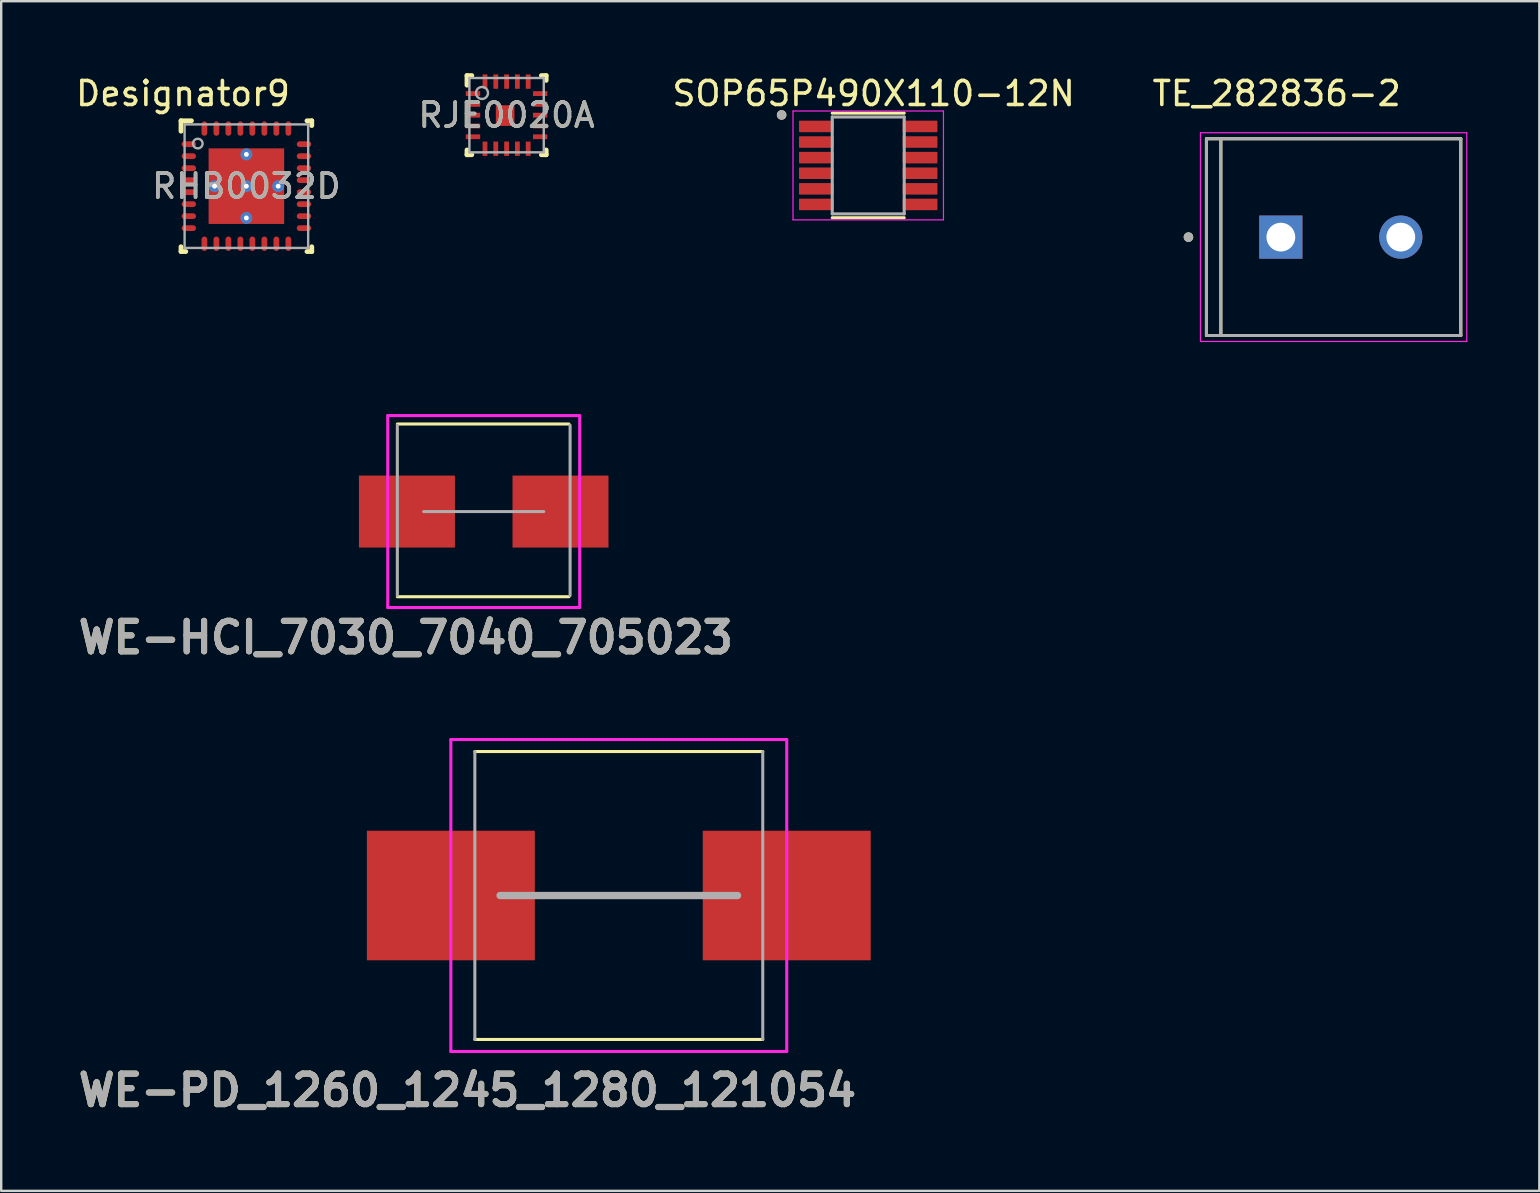
<source format=kicad_pcb>
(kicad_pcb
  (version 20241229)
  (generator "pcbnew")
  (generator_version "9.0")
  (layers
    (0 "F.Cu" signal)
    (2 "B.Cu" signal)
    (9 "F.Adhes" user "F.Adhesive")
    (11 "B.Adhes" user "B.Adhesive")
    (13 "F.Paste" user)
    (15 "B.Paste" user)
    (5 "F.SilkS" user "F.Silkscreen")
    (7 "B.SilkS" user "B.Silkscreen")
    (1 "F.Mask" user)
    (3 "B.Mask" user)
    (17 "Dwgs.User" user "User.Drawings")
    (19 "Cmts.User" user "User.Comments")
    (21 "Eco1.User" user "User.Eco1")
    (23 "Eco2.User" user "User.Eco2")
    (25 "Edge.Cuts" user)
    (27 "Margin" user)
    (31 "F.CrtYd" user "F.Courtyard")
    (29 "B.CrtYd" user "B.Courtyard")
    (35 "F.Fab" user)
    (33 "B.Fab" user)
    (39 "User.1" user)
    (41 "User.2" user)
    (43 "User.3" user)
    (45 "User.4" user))
  (footprint "WE-HCI_7030_7040_705023"
    (layer "F.Cu")
    (at 17.111 18.272)
    (property "Reference" "WE-HCI_7030_7040_705023" (at -3.25 5.25 0) (layer "F.SilkS") (effects (font (size 1.27 1.27) (thickness 0.254))))
    (attr smd)
    (fp_line (start -3.6 -3.65) (end 3.55 -3.65) (stroke (width 0.127) (type solid)) (layer "F.SilkS"))
    (fp_line (start -3.6 3.55) (end 3.55 3.55) (stroke (width 0.127) (type solid)) (layer "F.SilkS"))
    (fp_line (start -4 -4) (end -4 4) (stroke (width 0.127) (type solid)) (layer "F.CrtYd"))
    (fp_line (start -4 4) (end 4 4) (stroke (width 0.127) (type solid)) (layer "F.CrtYd"))
    (fp_line (start 4 -4) (end -4 -4) (stroke (width 0.127) (type solid)) (layer "F.CrtYd"))
    (fp_line (start 4 4) (end 4 -4) (stroke (width 0.127) (type solid)) (layer "F.CrtYd"))
    (fp_line (start -3.6 -3.6) (end -3.6 3.5) (stroke (width 0.127) (type solid)) (layer "F.Fab"))
    (fp_line (start -2.5 0) (end 2.5 0) (stroke (width 0.127) (type solid)) (layer "F.Fab"))
    (fp_line (start 3.6 -3.6) (end 3.6 3.5) (stroke (width 0.127) (type solid)) (layer "F.Fab"))
    (fp_text user "${REFERENCE}" (at -3.25 5.25 0) (layer "F.Fab") (effects (font (size 1.27 1.27) (thickness 0.254))))
    (pad "1" smd rect (at -3.2 0) (size 4 3) (layers "F.Cu" "F.Mask" "F.Paste"))
    (pad "2" smd rect (at 3.2 0) (size 4 3) (layers "F.Cu" "F.Mask" "F.Paste")))
  (footprint "RHB0032D"
    (layer "F.Cu")
    (at 7.219 4.709)
    (property "Reference" "RHB0032D" (at 0 0 0) (unlocked yes) (layer "F.SilkS") (effects (font (size 1 1) (thickness 0.15))))
    (attr smd)
    (fp_line (start -2.725 -2.725) (end -2.29 -2.725) (stroke (width 0.2) (type solid)) (layer "F.SilkS"))
    (fp_line (start -2.725 -2.29) (end -2.725 -2.725) (stroke (width 0.2) (type solid)) (layer "F.SilkS"))
    (fp_line (start -2.725 2.725) (end -2.725 2.525) (stroke (width 0.2) (type solid)) (layer "F.SilkS"))
    (fp_line (start -2.725 2.725) (end -2.525 2.725) (stroke (width 0.2) (type solid)) (layer "F.SilkS"))
    (fp_line (start 2.525 -2.725) (end 2.725 -2.725) (stroke (width 0.2) (type solid)) (layer "F.SilkS"))
    (fp_line (start 2.525 2.725) (end 2.725 2.725) (stroke (width 0.2) (type solid)) (layer "F.SilkS"))
    (fp_line (start 2.725 -2.525) (end 2.725 -2.725) (stroke (width 0.2) (type solid)) (layer "F.SilkS"))
    (fp_line (start 2.725 2.725) (end 2.725 2.525) (stroke (width 0.2) (type solid)) (layer "F.SilkS"))
    (fp_poly (pts (xy -0.1 -1.468) (xy -1.468 -1.468) (xy -1.468 -0.1) (xy -0.1 -0.1)) (stroke (width 0) (type solid)) (fill yes) (layer "F.Paste"))
    (fp_poly (pts (xy -0.1 0.1) (xy -1.468 0.1) (xy -1.468 1.468) (xy -0.1 1.468)) (stroke (width 0) (type solid)) (fill yes) (layer "F.Paste"))
    (fp_poly (pts (xy 0.1 -0.1) (xy 1.468 -0.1) (xy 1.468 -1.468) (xy 0.1 -1.468)) (stroke (width 0) (type solid)) (fill yes) (layer "F.Paste"))
    (fp_poly (pts (xy 0.1 1.468) (xy 1.468 1.468) (xy 1.468 0.1) (xy 0.1 0.1)) (stroke (width 0) (type solid)) (fill yes) (layer "F.Paste"))
    (fp_line (start -2.575 -2.575) (end 2.575 -2.575) (stroke (width 0.1) (type solid)) (layer "F.Fab"))
    (fp_line (start -2.575 2.575) (end -2.575 -2.575) (stroke (width 0.1) (type solid)) (layer "F.Fab"))
    (fp_line (start -2.575 2.575) (end 2.575 2.575) (stroke (width 0.1) (type solid)) (layer "F.Fab"))
    (fp_line (start 2.575 2.575) (end 2.575 -2.575) (stroke (width 0.1) (type solid)) (layer "F.Fab"))
    (fp_circle (center -2.025 -1.775) (end -1.825 -1.775) (stroke (width 0.1) (type solid)) (fill no) (layer "F.Fab"))
    (fp_text user "Designator9" (at -2.642 -3.861 0) (unlocked yes) (layer "F.SilkS") (effects (font (size 1 1) (thickness 0.15))))
    (fp_text user "${REFERENCE}" (at 0 0 0) (unlocked yes) (layer "F.Fab") (effects (font (size 1 1) (thickness 0.15))))
    (pad "1" smd oval (at -2.4 -1.75 90) (size 0.24 0.6) (layers "F.Cu" "F.Mask" "F.Paste"))
    (pad "2" smd oval (at -2.4 -1.25 90) (size 0.24 0.6) (layers "F.Cu" "F.Mask" "F.Paste"))
    (pad "3" smd oval (at -2.4 -0.75 90) (size 0.24 0.6) (layers "F.Cu" "F.Mask" "F.Paste"))
    (pad "4" smd oval (at -2.4 -0.25 90) (size 0.24 0.6) (layers "F.Cu" "F.Mask" "F.Paste"))
    (pad "5" smd oval (at -2.4 0.25 90) (size 0.24 0.6) (layers "F.Cu" "F.Mask" "F.Paste"))
    (pad "6" smd oval (at -2.4 0.75 90) (size 0.24 0.6) (layers "F.Cu" "F.Mask" "F.Paste"))
    (pad "7" smd oval (at -2.4 1.25 90) (size 0.24 0.6) (layers "F.Cu" "F.Mask" "F.Paste"))
    (pad "8" smd oval (at -2.4 1.75 90) (size 0.24 0.6) (layers "F.Cu" "F.Mask" "F.Paste"))
    (pad "9" smd oval (at -1.75 2.4) (size 0.24 0.6) (layers "F.Cu" "F.Mask" "F.Paste"))
    (pad "10" smd oval (at -1.25 2.4) (size 0.24 0.6) (layers "F.Cu" "F.Mask" "F.Paste"))
    (pad "11" smd oval (at -0.75 2.4) (size 0.24 0.6) (layers "F.Cu" "F.Mask" "F.Paste"))
    (pad "12" smd oval (at -0.25 2.4) (size 0.24 0.6) (layers "F.Cu" "F.Mask" "F.Paste"))
    (pad "13" smd oval (at 0.25 2.4) (size 0.24 0.6) (layers "F.Cu" "F.Mask" "F.Paste"))
    (pad "14" smd oval (at 0.75 2.4) (size 0.24 0.6) (layers "F.Cu" "F.Mask" "F.Paste"))
    (pad "15" smd oval (at 1.25 2.4) (size 0.24 0.6) (layers "F.Cu" "F.Mask" "F.Paste"))
    (pad "16" smd oval (at 1.75 2.4) (size 0.24 0.6) (layers "F.Cu" "F.Mask" "F.Paste"))
    (pad "17" smd oval (at 2.4 1.75 90) (size 0.24 0.6) (layers "F.Cu" "F.Mask" "F.Paste"))
    (pad "18" smd oval (at 2.4 1.25 90) (size 0.24 0.6) (layers "F.Cu" "F.Mask" "F.Paste"))
    (pad "19" smd oval (at 2.4 0.75 90) (size 0.24 0.6) (layers "F.Cu" "F.Mask" "F.Paste"))
    (pad "20" smd oval (at 2.4 0.25 90) (size 0.24 0.6) (layers "F.Cu" "F.Mask" "F.Paste"))
    (pad "21" smd oval (at 2.4 -0.25 90) (size 0.24 0.6) (layers "F.Cu" "F.Mask" "F.Paste"))
    (pad "22" smd oval (at 2.4 -0.75 90) (size 0.24 0.6) (layers "F.Cu" "F.Mask" "F.Paste"))
    (pad "23" smd oval (at 2.4 -1.25 90) (size 0.24 0.6) (layers "F.Cu" "F.Mask" "F.Paste"))
    (pad "24" smd oval (at 2.4 -1.75 90) (size 0.24 0.6) (layers "F.Cu" "F.Mask" "F.Paste"))
    (pad "25" smd oval (at 1.75 -2.4) (size 0.24 0.6) (layers "F.Cu" "F.Mask" "F.Paste"))
    (pad "26" smd oval (at 1.25 -2.4) (size 0.24 0.6) (layers "F.Cu" "F.Mask" "F.Paste"))
    (pad "27" smd oval (at 0.75 -2.4) (size 0.24 0.6) (layers "F.Cu" "F.Mask" "F.Paste"))
    (pad "28" smd oval (at 0.25 -2.4) (size 0.24 0.6) (layers "F.Cu" "F.Mask" "F.Paste"))
    (pad "29" smd oval (at -0.25 -2.4) (size 0.24 0.6) (layers "F.Cu" "F.Mask" "F.Paste"))
    (pad "30" smd oval (at -0.75 -2.4) (size 0.24 0.6) (layers "F.Cu" "F.Mask" "F.Paste"))
    (pad "31" smd oval (at -1.25 -2.4) (size 0.24 0.6) (layers "F.Cu" "F.Mask" "F.Paste"))
    (pad "32" smd oval (at -1.75 -2.4) (size 0.24 0.6) (layers "F.Cu" "F.Mask" "F.Paste"))
    (pad "33" smd rect (at 0 -0.000003) (size 3.15 3.15) (layers "F.Cu" "F.Mask"))
    (pad "V" thru_hole circle (at -1.325 -0.000003) (size 0.5 0.5) (drill 0.203) (layers "*.Cu" "*.Mask"))
    (pad "V" thru_hole circle (at 0 -1.325) (size 0.5 0.5) (drill 0.203) (layers "*.Cu" "*.Mask"))
    (pad "V" thru_hole circle (at 0 -0.000003) (size 0.5 0.5) (drill 0.203) (layers "*.Cu" "*.Mask"))
    (pad "V" thru_hole circle (at 0 1.325) (size 0.5 0.5) (drill 0.203) (layers "*.Cu" "*.Mask"))
    (pad "V" thru_hole circle (at 1.325 -0.000003) (size 0.5 0.5) (drill 0.203) (layers "*.Cu" "*.Mask")))
  (footprint "SOP65P490X110-12N"
    (layer "F.Cu")
    (at 33.137 3.845)
    (property "Reference" "SOP65P490X110-12N" (at 0.225 -2.997 0) (layer "F.SilkS") (effects (font (size 1 1) (thickness 0.15))))
    (attr smd)
    (fp_line (start -1.5 -2.179) (end 1.5 -2.179) (stroke (width 0.127) (type solid)) (layer "F.SilkS"))
    (fp_line (start -1.5 2.179) (end 1.5 2.179) (stroke (width 0.127) (type solid)) (layer "F.SilkS"))
    (fp_circle (center -3.61 -2.105) (end -3.51 -2.105) (stroke (width 0.2) (type solid)) (fill no) (layer "F.SilkS"))
    (fp_line (start -3.135 -2.269) (end -3.135 2.269) (stroke (width 0.05) (type solid)) (layer "F.CrtYd"))
    (fp_line (start -3.135 -2.269) (end 3.135 -2.269) (stroke (width 0.05) (type solid)) (layer "F.CrtYd"))
    (fp_line (start -3.135 2.269) (end 3.135 2.269) (stroke (width 0.05) (type solid)) (layer "F.CrtYd"))
    (fp_line (start 3.135 -2.269) (end 3.135 2.269) (stroke (width 0.05) (type solid)) (layer "F.CrtYd"))
    (fp_line (start -1.5 -2.019) (end -1.5 2.019) (stroke (width 0.127) (type solid)) (layer "F.Fab"))
    (fp_line (start -1.5 -2.019) (end 1.5 -2.019) (stroke (width 0.127) (type solid)) (layer "F.Fab"))
    (fp_line (start -1.5 2.019) (end 1.5 2.019) (stroke (width 0.127) (type solid)) (layer "F.Fab"))
    (fp_line (start 1.5 -2.019) (end 1.5 2.019) (stroke (width 0.127) (type solid)) (layer "F.Fab"))
    (fp_circle (center -3.61 -2.105) (end -3.51 -2.105) (stroke (width 0.2) (type solid)) (fill no) (layer "F.Fab"))
    (pad "1" smd roundrect (at -2.16 -1.625) (size 1.45 0.48) (layers "F.Cu" "F.Mask" "F.Paste") (roundrect_rratio 0.06))
    (pad "2" smd roundrect (at -2.16 -0.975) (size 1.45 0.48) (layers "F.Cu" "F.Mask" "F.Paste") (roundrect_rratio 0.06))
    (pad "3" smd roundrect (at -2.16 -0.325) (size 1.45 0.48) (layers "F.Cu" "F.Mask" "F.Paste") (roundrect_rratio 0.06))
    (pad "4" smd roundrect (at -2.16 0.325) (size 1.45 0.48) (layers "F.Cu" "F.Mask" "F.Paste") (roundrect_rratio 0.06))
    (pad "5" smd roundrect (at -2.16 0.975) (size 1.45 0.48) (layers "F.Cu" "F.Mask" "F.Paste") (roundrect_rratio 0.06))
    (pad "6" smd roundrect (at -2.16 1.625) (size 1.45 0.48) (layers "F.Cu" "F.Mask" "F.Paste") (roundrect_rratio 0.06))
    (pad "7" smd roundrect (at 2.16 1.625) (size 1.45 0.48) (layers "F.Cu" "F.Mask" "F.Paste") (roundrect_rratio 0.06))
    (pad "8" smd roundrect (at 2.16 0.975) (size 1.45 0.48) (layers "F.Cu" "F.Mask" "F.Paste") (roundrect_rratio 0.06))
    (pad "9" smd roundrect (at 2.16 0.325) (size 1.45 0.48) (layers "F.Cu" "F.Mask" "F.Paste") (roundrect_rratio 0.06))
    (pad "10" smd roundrect (at 2.16 -0.325) (size 1.45 0.48) (layers "F.Cu" "F.Mask" "F.Paste") (roundrect_rratio 0.06))
    (pad "11" smd roundrect (at 2.16 -0.975) (size 1.45 0.48) (layers "F.Cu" "F.Mask" "F.Paste") (roundrect_rratio 0.06))
    (pad "12" smd roundrect (at 2.16 -1.625) (size 1.45 0.48) (layers "F.Cu" "F.Mask" "F.Paste") (roundrect_rratio 0.06)))
  (footprint "RJE0020A"
    (layer "F.Cu")
    (at 18.064 1.75)
    (property "Reference" "RJE0020A" (at 0 0 0) (unlocked yes) (layer "F.SilkS") (effects (font (size 1 1) (thickness 0.15))))
    (attr smd)
    (fp_line (start -1.65 -1.65) (end -1.45 -1.65) (stroke (width 0.2) (type solid)) (layer "F.SilkS"))
    (fp_line (start -1.65 -1.25) (end -1.65 -1.65) (stroke (width 0.2) (type solid)) (layer "F.SilkS"))
    (fp_line (start -1.65 1.65) (end -1.65 1.45) (stroke (width 0.2) (type solid)) (layer "F.SilkS"))
    (fp_line (start -1.65 1.65) (end -1.45 1.65) (stroke (width 0.2) (type solid)) (layer "F.SilkS"))
    (fp_line (start 1.45 -1.65) (end 1.65 -1.65) (stroke (width 0.2) (type solid)) (layer "F.SilkS"))
    (fp_line (start 1.45 1.65) (end 1.65 1.65) (stroke (width 0.2) (type solid)) (layer "F.SilkS"))
    (fp_line (start 1.65 -1.45) (end 1.65 -1.65) (stroke (width 0.2) (type solid)) (layer "F.SilkS"))
    (fp_line (start 1.65 1.65) (end 1.65 1.45) (stroke (width 0.2) (type solid)) (layer "F.SilkS"))
    (fp_poly (pts (xy -0.38 0.327) (xy -0.38 -0.291) (xy -0.379 -0.301) (xy -0.376 -0.31) (xy -0.371 -0.319) (xy -0.365 -0.327) (xy -0.357 -0.333) (xy -0.348 -0.338) (xy -0.339 -0.341) (xy -0.329 -0.342) (xy 0.209 -0.342) (xy 0.219 -0.341) (xy 0.228 -0.338) (xy 0.237 -0.333) (xy 0.245 -0.327) (xy 0.251 -0.319) (xy 0.256 -0.31) (xy 0.259 -0.301) (xy 0.26 -0.291) (xy 0.26 0.327) (xy 0.259 0.337) (xy 0.256 0.346) (xy 0.251 0.355) (xy 0.245 0.363) (xy 0.237 0.369) (xy 0.228 0.374) (xy 0.219 0.377) (xy 0.209 0.378) (xy -0.329 0.378) (xy -0.339 0.377) (xy -0.348 0.374) (xy -0.357 0.369) (xy -0.365 0.363) (xy -0.371 0.355) (xy -0.376 0.346) (xy -0.379 0.337)) (stroke (width 0) (type solid)) (fill yes) (layer "F.Paste"))
    (fp_line (start -1.55 -1.55) (end 1.55 -1.55) (stroke (width 0.1) (type solid)) (layer "F.Fab"))
    (fp_line (start -1.55 1.55) (end -1.55 -1.55) (stroke (width 0.1) (type solid)) (layer "F.Fab"))
    (fp_line (start -1.55 1.55) (end 1.55 1.55) (stroke (width 0.1) (type solid)) (layer "F.Fab"))
    (fp_line (start 1.55 1.55) (end 1.55 -1.55) (stroke (width 0.1) (type solid)) (layer "F.Fab"))
    (fp_circle (center -1.025 -0.925) (end -0.775 -0.925) (stroke (width 0.1) (type solid)) (fill no) (layer "F.Fab"))
    (fp_text user "${REFERENCE}" (at 0 0 0) (unlocked yes) (layer "F.Fab") (effects (font (size 1 1) (thickness 0.15))))
    (pad "1" smd rect (at -1.4 -0.9) (size 0.6 0.2) (layers "F.Cu" "F.Mask" "F.Paste"))
    (pad "2" smd rect (at -1.4 -0.45) (size 0.6 0.2) (layers "F.Cu" "F.Mask" "F.Paste"))
    (pad "3" smd rect (at -1.4 0) (size 0.6 0.2) (layers "F.Cu" "F.Mask" "F.Paste"))
    (pad "4" smd rect (at -1.4 0.45) (size 0.6 0.2) (layers "F.Cu" "F.Mask" "F.Paste"))
    (pad "5" smd rect (at -1.4 0.9) (size 0.6 0.2) (layers "F.Cu" "F.Mask" "F.Paste"))
    (pad "6" smd rect (at -0.9 1.4 90) (size 0.6 0.2) (layers "F.Cu" "F.Mask" "F.Paste"))
    (pad "7" smd rect (at -0.45 1.4 90) (size 0.6 0.2) (layers "F.Cu" "F.Mask" "F.Paste"))
    (pad "8" smd rect (at 0 1.4 90) (size 0.6 0.2) (layers "F.Cu" "F.Mask" "F.Paste"))
    (pad "9" smd rect (at 0.45 1.4 90) (size 0.6 0.2) (layers "F.Cu" "F.Mask" "F.Paste"))
    (pad "10" smd rect (at 0.9 1.4 90) (size 0.6 0.2) (layers "F.Cu" "F.Mask" "F.Paste"))
    (pad "11" smd rect (at 1.4 0.9) (size 0.6 0.2) (layers "F.Cu" "F.Mask" "F.Paste"))
    (pad "12" smd rect (at 1.4 0.45) (size 0.6 0.2) (layers "F.Cu" "F.Mask" "F.Paste"))
    (pad "13" smd rect (at 1.4 0) (size 0.6 0.2) (layers "F.Cu" "F.Mask" "F.Paste"))
    (pad "14" smd rect (at 1.4 -0.45) (size 0.6 0.2) (layers "F.Cu" "F.Mask" "F.Paste"))
    (pad "15" smd rect (at 1.4 -0.9) (size 0.6 0.2) (layers "F.Cu" "F.Mask" "F.Paste"))
    (pad "16" smd rect (at 0.9 -1.4 90) (size 0.6 0.2) (layers "F.Cu" "F.Mask" "F.Paste"))
    (pad "17" smd rect (at 0.45 -1.4 90) (size 0.6 0.2) (layers "F.Cu" "F.Mask" "F.Paste"))
    (pad "18" smd rect (at 0 -1.4 90) (size 0.6 0.2) (layers "F.Cu" "F.Mask" "F.Paste"))
    (pad "19" smd rect (at -0.45 -1.4 90) (size 0.6 0.2) (layers "F.Cu" "F.Mask" "F.Paste"))
    (pad "20" smd rect (at -0.9 -1.4 90) (size 0.6 0.2) (layers "F.Cu" "F.Mask" "F.Paste"))
    (pad "21" smd rect (at -0.06 0.018) (size 0.775 0.86) (layers "F.Cu" "F.Mask")))
  (footprint "TE_282836-2"
    (layer "F.Cu")
    (at 52.834 6.833)
    (property "Reference" "TE_282836-2" (at -2.675 -5.985 0) (layer "F.SilkS") (effects (font (size 1 1) (thickness 0.15))))
    (attr through_hole)
    (fp_line (start -5.6 -4.1) (end -5 -4.1) (stroke (width 0.127) (type solid)) (layer "F.SilkS"))
    (fp_line (start -5.6 4.1) (end -5.6 -4.1) (stroke (width 0.127) (type solid)) (layer "F.SilkS"))
    (fp_line (start -5.6 4.1) (end -5 4.1) (stroke (width 0.127) (type solid)) (layer "F.SilkS"))
    (fp_line (start -5 -4.1) (end 5 -4.1) (stroke (width 0.127) (type solid)) (layer "F.SilkS"))
    (fp_line (start -5 4.1) (end -5 -4.1) (stroke (width 0.127) (type solid)) (layer "F.SilkS"))
    (fp_line (start 5 -4.1) (end 5 4.1) (stroke (width 0.127) (type solid)) (layer "F.SilkS"))
    (fp_line (start 5 4.1) (end -5 4.1) (stroke (width 0.127) (type solid)) (layer "F.SilkS"))
    (fp_circle (center -6.35 0) (end -6.25 0) (stroke (width 0.2) (type solid)) (fill no) (layer "F.SilkS"))
    (fp_line (start -5.85 -4.35) (end -5.85 4.35) (stroke (width 0.05) (type solid)) (layer "F.CrtYd"))
    (fp_line (start -5.85 4.35) (end 5.25 4.35) (stroke (width 0.05) (type solid)) (layer "F.CrtYd"))
    (fp_line (start 5.25 -4.35) (end -5.85 -4.35) (stroke (width 0.05) (type solid)) (layer "F.CrtYd"))
    (fp_line (start 5.25 4.35) (end 5.25 -4.35) (stroke (width 0.05) (type solid)) (layer "F.CrtYd"))
    (fp_line (start -5.6 -4.1) (end -5 -4.1) (stroke (width 0.127) (type solid)) (layer "F.Fab"))
    (fp_line (start -5.6 4.1) (end -5.6 -4.1) (stroke (width 0.127) (type solid)) (layer "F.Fab"))
    (fp_line (start -5.6 4.1) (end -5 4.1) (stroke (width 0.127) (type solid)) (layer "F.Fab"))
    (fp_line (start -5 -4.1) (end 5 -4.1) (stroke (width 0.127) (type solid)) (layer "F.Fab"))
    (fp_line (start -5 4.1) (end -5 -4.1) (stroke (width 0.127) (type solid)) (layer "F.Fab"))
    (fp_line (start 5 -4.1) (end 5 4.1) (stroke (width 0.127) (type solid)) (layer "F.Fab"))
    (fp_line (start 5 4.1) (end -5 4.1) (stroke (width 0.127) (type solid)) (layer "F.Fab"))
    (fp_circle (center -6.35 0) (end -6.25 0) (stroke (width 0.2) (type solid)) (fill no) (layer "F.Fab"))
    (pad "1" thru_hole rect (at -2.5 0) (size 1.8 1.8) (drill 1.2) (layers "*.Cu" "*.Mask"))
    (pad "2" thru_hole circle (at 2.5 0) (size 1.8 1.8) (drill 1.2) (layers "*.Cu" "*.Mask")))
  (footprint "WE-PD_1260_1245_1280_121054"
    (layer "F.Cu")
    (at 22.741 34.274)
    (property "Reference" "WE-PD_1260_1245_1280_121054" (at -6.31 8.12 0) (layer "F.SilkS") (effects (font (size 1.27 1.27) (thickness 0.254))))
    (attr smd)
    (fp_line (start -6 6) (end 6 6) (stroke (width 0.127) (type solid)) (layer "F.SilkS"))
    (fp_line (start 6 -6) (end -6 -6) (stroke (width 0.127) (type solid)) (layer "F.SilkS"))
    (fp_line (start -7 -6.5) (end -7 6.5) (stroke (width 0.127) (type solid)) (layer "F.CrtYd"))
    (fp_line (start -7 6.5) (end 7 6.5) (stroke (width 0.127) (type solid)) (layer "F.CrtYd"))
    (fp_line (start 7 -6.5) (end -7 -6.5) (stroke (width 0.127) (type solid)) (layer "F.CrtYd"))
    (fp_line (start 7 6.5) (end 7 -6.5) (stroke (width 0.127) (type solid)) (layer "F.CrtYd"))
    (fp_line (start -6 -6) (end -6 6) (stroke (width 0.127) (type solid)) (layer "F.Fab"))
    (fp_line (start 4.95 0) (end -4.95 0) (stroke (width 0.305) (type solid)) (layer "F.Fab"))
    (fp_line (start 6 6) (end 6 -6) (stroke (width 0.127) (type solid)) (layer "F.Fab"))
    (fp_text user "${REFERENCE}" (at -6.31 8.12 0) (layer "F.Fab") (effects (font (size 1.27 1.27) (thickness 0.254))))
    (pad "1" smd rect (at -7 0) (size 7 5.4) (layers "F.Cu" "F.Mask" "F.Paste"))
    (pad "2" smd rect (at 7 0) (size 7 5.4) (layers "F.Cu" "F.Mask" "F.Paste")))
  (gr_rect
    (start -3 -3)
    (end 61.109 46.583)
    (stroke (width 0.1) (type default))
    (fill no)
    (layer "Edge.Cuts")))
</source>
